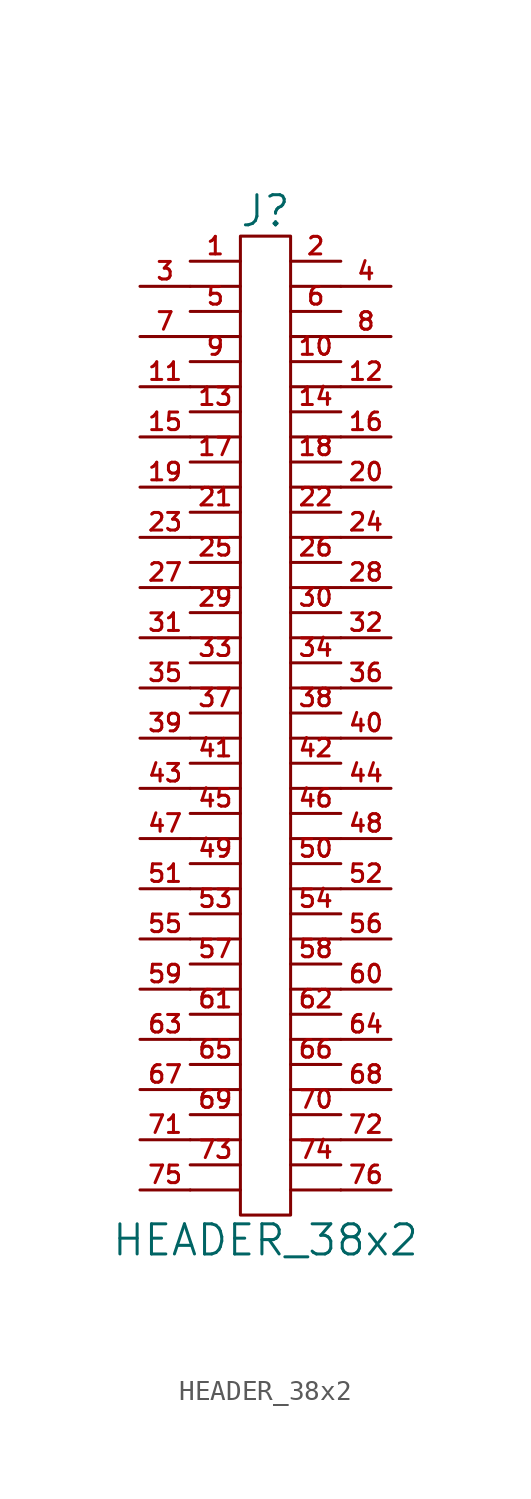
<source format=kicad_sym>
(kicad_symbol_lib
  (version 20211014)
  (generator kicad_symbol_editor)
  (symbol "HEADER_38x2"
    (pin_names
      (offset 0))
    (property "Reference" "J"
      (at 0 25.4 0)
      (effects (font (size 1.524 1.524))))
    (property "Value" "HEADER_38x2"
      (at 0 -26.67 0)
      (effects (font (size 1.524 1.524))))
    (property "Footprint" ""
      (at 0 -1.27 0)
      (effects (font (size 1.524 1.524))))
    (property "Datasheet" ""
      (at 0 -1.27 0)
      (effects (font (size 1.524 1.524))))
    (symbol "HEADER_38x2_0_1"
      (polyline (pts (xy -3.81 -24.13) (xy -1.27 -24.13)) (stroke (width 0) (type default) (color 0 0 0 0)) (fill (type none)))
      (polyline (pts (xy -3.81 -21.59) (xy -1.27 -21.59)) (stroke (width 0) (type default) (color 0 0 0 0)) (fill (type none)))
      (polyline (pts (xy -3.81 -19.05) (xy -1.27 -19.05)) (stroke (width 0) (type default) (color 0 0 0 0)) (fill (type none)))
      (polyline (pts (xy -3.81 -16.51) (xy -1.27 -16.51)) (stroke (width 0) (type default) (color 0 0 0 0)) (fill (type none)))
      (polyline (pts (xy -3.81 -13.97) (xy -1.27 -13.97)) (stroke (width 0) (type default) (color 0 0 0 0)) (fill (type none)))
      (polyline (pts (xy -3.81 -11.43) (xy -1.27 -11.43)) (stroke (width 0) (type default) (color 0 0 0 0)) (fill (type none)))
      (polyline (pts (xy -3.81 -8.89) (xy -1.27 -8.89)) (stroke (width 0) (type default) (color 0 0 0 0)) (fill (type none)))
      (polyline (pts (xy -3.81 -6.35) (xy -1.27 -6.35)) (stroke (width 0) (type default) (color 0 0 0 0)) (fill (type none)))
      (polyline (pts (xy -3.81 -3.81) (xy -1.27 -3.81)) (stroke (width 0) (type default) (color 0 0 0 0)) (fill (type none)))
      (polyline (pts (xy -3.81 -1.27) (xy -1.27 -1.27)) (stroke (width 0) (type default) (color 0 0 0 0)) (fill (type none)))
      (polyline (pts (xy -3.81 1.27) (xy -1.27 1.27)) (stroke (width 0) (type default) (color 0 0 0 0)) (fill (type none)))
      (polyline (pts (xy -3.81 3.81) (xy -1.27 3.81)) (stroke (width 0) (type default) (color 0 0 0 0)) (fill (type none)))
      (polyline (pts (xy -3.81 6.35) (xy -1.27 6.35)) (stroke (width 0) (type default) (color 0 0 0 0)) (fill (type none)))
      (polyline (pts (xy -3.81 8.89) (xy -1.27 8.89)) (stroke (width 0) (type default) (color 0 0 0 0)) (fill (type none)))
      (polyline (pts (xy -3.81 11.43) (xy -1.27 11.43)) (stroke (width 0) (type default) (color 0 0 0 0)) (fill (type none)))
      (polyline (pts (xy -3.81 13.97) (xy -1.27 13.97)) (stroke (width 0) (type default) (color 0 0 0 0)) (fill (type none)))
      (polyline (pts (xy -3.81 16.51) (xy -1.27 16.51)) (stroke (width 0) (type default) (color 0 0 0 0)) (fill (type none)))
      (polyline (pts (xy -3.81 19.05) (xy -1.27 19.05)) (stroke (width 0) (type default) (color 0 0 0 0)) (fill (type none)))
      (polyline (pts (xy -3.81 21.59) (xy -1.27 21.59)) (stroke (width 0) (type default) (color 0 0 0 0)) (fill (type none)))
      (polyline (pts (xy 1.27 -24.13) (xy 3.81 -24.13)) (stroke (width 0) (type default) (color 0 0 0 0)) (fill (type none)))
      (polyline (pts (xy 1.27 -21.59) (xy 3.81 -21.59)) (stroke (width 0) (type default) (color 0 0 0 0)) (fill (type none)))
      (polyline (pts (xy 1.27 -19.05) (xy 3.81 -19.05)) (stroke (width 0) (type default) (color 0 0 0 0)) (fill (type none)))
      (polyline (pts (xy 1.27 -16.51) (xy 3.81 -16.51)) (stroke (width 0) (type default) (color 0 0 0 0)) (fill (type none)))
      (polyline (pts (xy 1.27 -13.97) (xy 3.81 -13.97)) (stroke (width 0) (type default) (color 0 0 0 0)) (fill (type none)))
      (polyline (pts (xy 1.27 -11.43) (xy 3.81 -11.43)) (stroke (width 0) (type default) (color 0 0 0 0)) (fill (type none)))
      (polyline (pts (xy 1.27 -8.89) (xy 3.81 -8.89)) (stroke (width 0) (type default) (color 0 0 0 0)) (fill (type none)))
      (polyline (pts (xy 1.27 -6.35) (xy 3.81 -6.35)) (stroke (width 0) (type default) (color 0 0 0 0)) (fill (type none)))
      (polyline (pts (xy 1.27 -3.81) (xy 3.81 -3.81)) (stroke (width 0) (type default) (color 0 0 0 0)) (fill (type none)))
      (polyline (pts (xy 1.27 -1.27) (xy 3.81 -1.27)) (stroke (width 0) (type default) (color 0 0 0 0)) (fill (type none)))
      (polyline (pts (xy 1.27 1.27) (xy 3.81 1.27)) (stroke (width 0) (type default) (color 0 0 0 0)) (fill (type none)))
      (polyline (pts (xy 1.27 3.81) (xy 3.81 3.81)) (stroke (width 0) (type default) (color 0 0 0 0)) (fill (type none)))
      (polyline (pts (xy 1.27 6.35) (xy 3.81 6.35)) (stroke (width 0) (type default) (color 0 0 0 0)) (fill (type none)))
      (polyline (pts (xy 1.27 8.89) (xy 3.81 8.89)) (stroke (width 0) (type default) (color 0 0 0 0)) (fill (type none)))
      (polyline (pts (xy 1.27 11.43) (xy 3.81 11.43)) (stroke (width 0) (type default) (color 0 0 0 0)) (fill (type none)))
      (polyline (pts (xy 1.27 13.97) (xy 3.81 13.97)) (stroke (width 0) (type default) (color 0 0 0 0)) (fill (type none)))
      (polyline (pts (xy 1.27 16.51) (xy 3.81 16.51)) (stroke (width 0) (type default) (color 0 0 0 0)) (fill (type none)))
      (polyline (pts (xy 1.27 19.05) (xy 3.81 19.05)) (stroke (width 0) (type default) (color 0 0 0 0)) (fill (type none)))
      (polyline (pts (xy 1.27 21.59) (xy 3.81 21.59)) (stroke (width 0) (type default) (color 0 0 0 0)) (fill (type none)))
      (rectangle (start 1.27 -25.4) (end -1.27 24.13) (stroke (width 0) (type default) (color 0 0 0 0)) (fill (type none))))
    (symbol "HEADER_38x2_1_1"
      (pin passive line (at -3.81 22.86 0) (length 2.54) (name "~" (effects (font (size 1.27 1.27)))) (number "1" (effects (font (size 0.889 0.889)))))
      (pin passive line (at 3.81 17.78 180) (length 2.54) (name "~" (effects (font (size 1.27 1.27)))) (number "10" (effects (font (size 0.889 0.889)))))
      (pin passive line (at -6.35 16.51 0) (length 2.54) (name "~" (effects (font (size 1.27 1.27)))) (number "11" (effects (font (size 0.889 0.889)))))
      (pin passive line (at 6.35 16.51 180) (length 2.54) (name "~" (effects (font (size 1.27 1.27)))) (number "12" (effects (font (size 0.889 0.889)))))
      (pin passive line (at -3.81 15.24 0) (length 2.54) (name "~" (effects (font (size 1.27 1.27)))) (number "13" (effects (font (size 0.889 0.889)))))
      (pin passive line (at 3.81 15.24 180) (length 2.54) (name "~" (effects (font (size 1.27 1.27)))) (number "14" (effects (font (size 0.889 0.889)))))
      (pin passive line (at -6.35 13.97 0) (length 2.54) (name "~" (effects (font (size 1.27 1.27)))) (number "15" (effects (font (size 0.889 0.889)))))
      (pin passive line (at 6.35 13.97 180) (length 2.54) (name "~" (effects (font (size 1.27 1.27)))) (number "16" (effects (font (size 0.889 0.889)))))
      (pin passive line (at -3.81 12.7 0) (length 2.54) (name "~" (effects (font (size 1.27 1.27)))) (number "17" (effects (font (size 0.889 0.889)))))
      (pin passive line (at 3.81 12.7 180) (length 2.54) (name "~" (effects (font (size 1.27 1.27)))) (number "18" (effects (font (size 0.889 0.889)))))
      (pin passive line (at -6.35 11.43 0) (length 2.54) (name "~" (effects (font (size 1.27 1.27)))) (number "19" (effects (font (size 0.889 0.889)))))
      (pin passive line (at 3.81 22.86 180) (length 2.54) (name "~" (effects (font (size 1.27 1.27)))) (number "2" (effects (font (size 0.889 0.889)))))
      (pin passive line (at 6.35 11.43 180) (length 2.54) (name "~" (effects (font (size 1.27 1.27)))) (number "20" (effects (font (size 0.889 0.889)))))
      (pin passive line (at -3.81 10.16 0) (length 2.54) (name "~" (effects (font (size 1.27 1.27)))) (number "21" (effects (font (size 0.889 0.889)))))
      (pin passive line (at 3.81 10.16 180) (length 2.54) (name "~" (effects (font (size 1.27 1.27)))) (number "22" (effects (font (size 0.889 0.889)))))
      (pin passive line (at -6.35 8.89 0) (length 2.54) (name "~" (effects (font (size 1.27 1.27)))) (number "23" (effects (font (size 0.889 0.889)))))
      (pin passive line (at 6.35 8.89 180) (length 2.54) (name "~" (effects (font (size 1.27 1.27)))) (number "24" (effects (font (size 0.889 0.889)))))
      (pin passive line (at -3.81 7.62 0) (length 2.54) (name "~" (effects (font (size 1.27 1.27)))) (number "25" (effects (font (size 0.889 0.889)))))
      (pin passive line (at 3.81 7.62 180) (length 2.54) (name "~" (effects (font (size 1.27 1.27)))) (number "26" (effects (font (size 0.889 0.889)))))
      (pin passive line (at -6.35 6.35 0) (length 2.54) (name "~" (effects (font (size 1.27 1.27)))) (number "27" (effects (font (size 0.889 0.889)))))
      (pin passive line (at 6.35 6.35 180) (length 2.54) (name "~" (effects (font (size 1.27 1.27)))) (number "28" (effects (font (size 0.889 0.889)))))
      (pin passive line (at -3.81 5.08 0) (length 2.54) (name "~" (effects (font (size 1.27 1.27)))) (number "29" (effects (font (size 0.889 0.889)))))
      (pin passive line (at -6.35 21.59 0) (length 2.54) (name "~" (effects (font (size 1.27 1.27)))) (number "3" (effects (font (size 0.889 0.889)))))
      (pin passive line (at 3.81 5.08 180) (length 2.54) (name "~" (effects (font (size 1.27 1.27)))) (number "30" (effects (font (size 0.889 0.889)))))
      (pin passive line (at -6.35 3.81 0) (length 2.54) (name "~" (effects (font (size 1.27 1.27)))) (number "31" (effects (font (size 0.889 0.889)))))
      (pin passive line (at 6.35 3.81 180) (length 2.54) (name "~" (effects (font (size 1.27 1.27)))) (number "32" (effects (font (size 0.889 0.889)))))
      (pin passive line (at -3.81 2.54 0) (length 2.54) (name "~" (effects (font (size 1.27 1.27)))) (number "33" (effects (font (size 0.889 0.889)))))
      (pin passive line (at 3.81 2.54 180) (length 2.54) (name "~" (effects (font (size 1.27 1.27)))) (number "34" (effects (font (size 0.889 0.889)))))
      (pin passive line (at -6.35 1.27 0) (length 2.54) (name "~" (effects (font (size 1.27 1.27)))) (number "35" (effects (font (size 0.889 0.889)))))
      (pin passive line (at 6.35 1.27 180) (length 2.54) (name "~" (effects (font (size 1.27 1.27)))) (number "36" (effects (font (size 0.889 0.889)))))
      (pin passive line (at -3.81 0 0) (length 2.54) (name "~" (effects (font (size 0.889 0.889)))) (number "37" (effects (font (size 0.889 0.889)))))
      (pin passive line (at 3.81 0 180) (length 2.54) (name "~" (effects (font (size 1.27 1.27)))) (number "38" (effects (font (size 0.889 0.889)))))
      (pin passive line (at -6.35 -1.27 0) (length 2.54) (name "~" (effects (font (size 1.27 1.27)))) (number "39" (effects (font (size 0.889 0.889)))))
      (pin passive line (at 6.35 21.59 180) (length 2.54) (name "~" (effects (font (size 1.27 1.27)))) (number "4" (effects (font (size 0.889 0.889)))))
      (pin passive line (at 6.35 -1.27 180) (length 2.54) (name "~" (effects (font (size 1.27 1.27)))) (number "40" (effects (font (size 0.889 0.889)))))
      (pin passive line (at -3.81 -2.54 0) (length 2.54) (name "~" (effects (font (size 1.27 1.27)))) (number "41" (effects (font (size 0.889 0.889)))))
      (pin passive line (at 3.81 -2.54 180) (length 2.54) (name "~" (effects (font (size 1.27 1.27)))) (number "42" (effects (font (size 0.889 0.889)))))
      (pin passive line (at -6.35 -3.81 0) (length 2.54) (name "~" (effects (font (size 1.27 1.27)))) (number "43" (effects (font (size 0.889 0.889)))))
      (pin passive line (at 6.35 -3.81 180) (length 2.54) (name "~" (effects (font (size 1.27 1.27)))) (number "44" (effects (font (size 0.889 0.889)))))
      (pin passive line (at -3.81 -5.08 0) (length 2.54) (name "~" (effects (font (size 1.27 1.27)))) (number "45" (effects (font (size 0.889 0.889)))))
      (pin passive line (at 3.81 -5.08 180) (length 2.54) (name "~" (effects (font (size 1.27 1.27)))) (number "46" (effects (font (size 0.889 0.889)))))
      (pin passive line (at -6.35 -6.35 0) (length 2.54) (name "~" (effects (font (size 1.27 1.27)))) (number "47" (effects (font (size 0.889 0.889)))))
      (pin passive line (at 6.35 -6.35 180) (length 2.54) (name "~" (effects (font (size 1.27 1.27)))) (number "48" (effects (font (size 0.889 0.889)))))
      (pin passive line (at -3.81 -7.62 0) (length 2.54) (name "~" (effects (font (size 1.27 1.27)))) (number "49" (effects (font (size 0.889 0.889)))))
      (pin passive line (at -3.81 20.32 0) (length 2.54) (name "~" (effects (font (size 1.27 1.27)))) (number "5" (effects (font (size 0.889 0.889)))))
      (pin passive line (at 3.81 -7.62 180) (length 2.54) (name "~" (effects (font (size 1.27 1.27)))) (number "50" (effects (font (size 0.889 0.889)))))
      (pin passive line (at -6.35 -8.89 0) (length 2.54) (name "~" (effects (font (size 1.27 1.27)))) (number "51" (effects (font (size 0.889 0.889)))))
      (pin passive line (at 6.35 -8.89 180) (length 2.54) (name "~" (effects (font (size 1.27 1.27)))) (number "52" (effects (font (size 0.889 0.889)))))
      (pin passive line (at -3.81 -10.16 0) (length 2.54) (name "~" (effects (font (size 1.27 1.27)))) (number "53" (effects (font (size 0.889 0.889)))))
      (pin passive line (at 3.81 -10.16 180) (length 2.54) (name "~" (effects (font (size 1.27 1.27)))) (number "54" (effects (font (size 0.889 0.889)))))
      (pin passive line (at -6.35 -11.43 0) (length 2.54) (name "~" (effects (font (size 1.27 1.27)))) (number "55" (effects (font (size 0.889 0.889)))))
      (pin passive line (at 6.35 -11.43 180) (length 2.54) (name "~" (effects (font (size 1.27 1.27)))) (number "56" (effects (font (size 0.889 0.889)))))
      (pin passive line (at -3.81 -12.7 0) (length 2.54) (name "~" (effects (font (size 1.27 1.27)))) (number "57" (effects (font (size 0.889 0.889)))))
      (pin passive line (at 3.81 -12.7 180) (length 2.54) (name "~" (effects (font (size 1.27 1.27)))) (number "58" (effects (font (size 0.889 0.889)))))
      (pin passive line (at -6.35 -13.97 0) (length 2.54) (name "~" (effects (font (size 1.27 1.27)))) (number "59" (effects (font (size 0.889 0.889)))))
      (pin passive line (at 3.81 20.32 180) (length 2.54) (name "~" (effects (font (size 1.27 1.27)))) (number "6" (effects (font (size 0.889 0.889)))))
      (pin passive line (at 6.35 -13.97 180) (length 2.54) (name "~" (effects (font (size 1.27 1.27)))) (number "60" (effects (font (size 0.889 0.889)))))
      (pin passive line (at -3.81 -15.24 0) (length 2.54) (name "~" (effects (font (size 1.27 1.27)))) (number "61" (effects (font (size 0.889 0.889)))))
      (pin passive line (at 3.81 -15.24 180) (length 2.54) (name "~" (effects (font (size 1.27 1.27)))) (number "62" (effects (font (size 0.889 0.889)))))
      (pin passive line (at -6.35 -16.51 0) (length 2.54) (name "~" (effects (font (size 1.27 1.27)))) (number "63" (effects (font (size 0.889 0.889)))))
      (pin passive line (at 6.35 -16.51 180) (length 2.54) (name "~" (effects (font (size 1.27 1.27)))) (number "64" (effects (font (size 0.889 0.889)))))
      (pin passive line (at -3.81 -17.78 0) (length 2.54) (name "~" (effects (font (size 1.27 1.27)))) (number "65" (effects (font (size 0.889 0.889)))))
      (pin passive line (at 3.81 -17.78 180) (length 2.54) (name "~" (effects (font (size 1.27 1.27)))) (number "66" (effects (font (size 0.889 0.889)))))
      (pin passive line (at -6.35 -19.05 0) (length 2.54) (name "~" (effects (font (size 1.27 1.27)))) (number "67" (effects (font (size 0.889 0.889)))))
      (pin passive line (at 6.35 -19.05 180) (length 2.54) (name "~" (effects (font (size 1.27 1.27)))) (number "68" (effects (font (size 0.889 0.889)))))
      (pin passive line (at -3.81 -20.32 0) (length 2.54) (name "~" (effects (font (size 1.27 1.27)))) (number "69" (effects (font (size 0.889 0.889)))))
      (pin passive line (at -6.35 19.05 0) (length 2.54) (name "~" (effects (font (size 1.27 1.27)))) (number "7" (effects (font (size 0.889 0.889)))))
      (pin passive line (at 3.81 -20.32 180) (length 2.54) (name "~" (effects (font (size 1.27 1.27)))) (number "70" (effects (font (size 0.889 0.889)))))
      (pin passive line (at -6.35 -21.59 0) (length 2.54) (name "~" (effects (font (size 1.27 1.27)))) (number "71" (effects (font (size 0.889 0.889)))))
      (pin passive line (at 6.35 -21.59 180) (length 2.54) (name "~" (effects (font (size 1.27 1.27)))) (number "72" (effects (font (size 0.889 0.889)))))
      (pin passive line (at -3.81 -22.86 0) (length 2.54) (name "~" (effects (font (size 1.27 1.27)))) (number "73" (effects (font (size 0.889 0.889)))))
      (pin passive line (at 3.81 -22.86 180) (length 2.54) (name "~" (effects (font (size 1.27 1.27)))) (number "74" (effects (font (size 0.889 0.889)))))
      (pin passive line (at -6.35 -24.13 0) (length 2.54) (name "~" (effects (font (size 1.27 1.27)))) (number "75" (effects (font (size 0.889 0.889)))))
      (pin passive line (at 6.35 -24.13 180) (length 2.54) (name "~" (effects (font (size 1.27 1.27)))) (number "76" (effects (font (size 0.889 0.889)))))
      (pin passive line (at 6.35 19.05 180) (length 2.54) (name "~" (effects (font (size 1.27 1.27)))) (number "8" (effects (font (size 0.889 0.889)))))
      (pin passive line (at -3.81 17.78 0) (length 2.54) (name "~" (effects (font (size 1.27 1.27)))) (number "9" (effects (font (size 0.889 0.889))))))))
</source>
